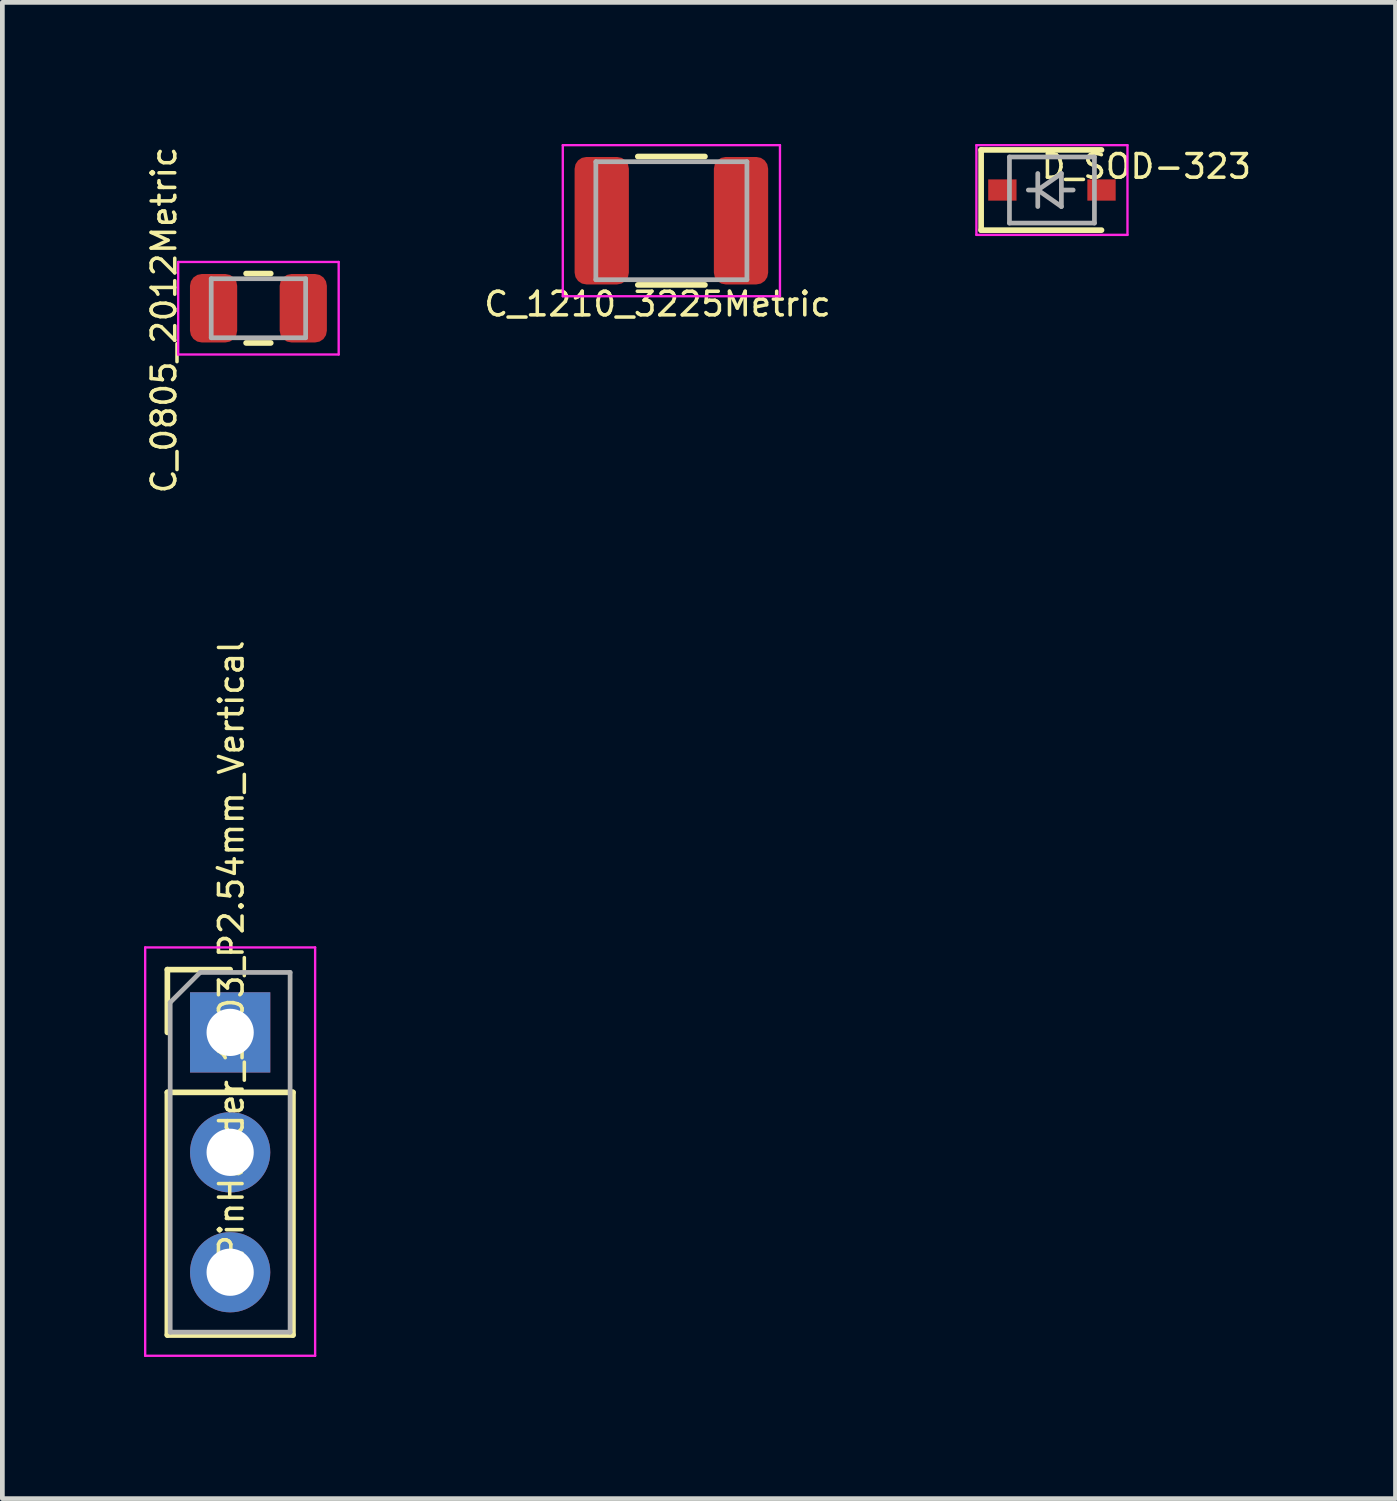
<source format=kicad_pcb>
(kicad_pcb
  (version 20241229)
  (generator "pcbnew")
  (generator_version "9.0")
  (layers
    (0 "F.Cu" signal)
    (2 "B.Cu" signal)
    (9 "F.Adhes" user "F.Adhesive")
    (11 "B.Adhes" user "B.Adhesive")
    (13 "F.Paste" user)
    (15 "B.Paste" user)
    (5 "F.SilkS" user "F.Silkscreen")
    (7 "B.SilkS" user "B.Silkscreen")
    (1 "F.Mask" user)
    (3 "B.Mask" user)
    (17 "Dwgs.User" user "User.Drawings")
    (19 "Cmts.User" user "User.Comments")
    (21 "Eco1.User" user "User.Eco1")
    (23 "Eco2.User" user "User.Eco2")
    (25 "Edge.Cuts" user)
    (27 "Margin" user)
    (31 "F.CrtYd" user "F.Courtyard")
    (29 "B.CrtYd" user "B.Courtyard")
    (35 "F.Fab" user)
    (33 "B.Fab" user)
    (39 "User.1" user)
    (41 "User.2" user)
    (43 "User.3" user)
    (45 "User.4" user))
  (footprint "C_1210_3225Metric"
    (layer "F.Cu")
    (at 11.171 1.625)
    (property "Reference" "C_1210_3225Metric" (at -0.293 1.766 180) (layer "F.SilkS") (effects (font (size 0.5 0.5) (thickness 0.075))))
    (attr smd)
    (fp_line (start -0.711 -1.36) (end 0.711 -1.36) (stroke (width 0.12) (type solid)) (layer "F.SilkS"))
    (fp_line (start -0.711 1.36) (end 0.711 1.36) (stroke (width 0.12) (type solid)) (layer "F.SilkS"))
    (fp_line (start -2.3 -1.6) (end 2.3 -1.6) (stroke (width 0.05) (type solid)) (layer "F.CrtYd"))
    (fp_line (start -2.3 1.6) (end -2.3 -1.6) (stroke (width 0.05) (type solid)) (layer "F.CrtYd"))
    (fp_line (start 2.3 -1.6) (end 2.3 1.6) (stroke (width 0.05) (type solid)) (layer "F.CrtYd"))
    (fp_line (start 2.3 1.6) (end -2.3 1.6) (stroke (width 0.05) (type solid)) (layer "F.CrtYd"))
    (fp_line (start -1.6 -1.25) (end 1.6 -1.25) (stroke (width 0.1) (type solid)) (layer "F.Fab"))
    (fp_line (start -1.6 1.25) (end -1.6 -1.25) (stroke (width 0.1) (type solid)) (layer "F.Fab"))
    (fp_line (start 1.6 -1.25) (end 1.6 1.25) (stroke (width 0.1) (type solid)) (layer "F.Fab"))
    (fp_line (start 1.6 1.25) (end -1.6 1.25) (stroke (width 0.1) (type solid)) (layer "F.Fab"))
    (pad "1" smd roundrect (at -1.475 0) (size 1.15 2.7) (layers "F.Cu" "F.Mask" "F.Paste") (roundrect_rratio 0.217))
    (pad "2" smd roundrect (at 1.475 0) (size 1.15 2.7) (layers "F.Cu" "F.Mask" "F.Paste") (roundrect_rratio 0.217)))
  (footprint "PinHeader_1x03_P2.54mm_Vertical"
    (layer "F.Cu")
    (at 1.825 18.818)
    (property "Reference" "PinHeader_1x03_P2.54mm_Vertical" (at 0.025 -1.75 90) (layer "F.SilkS") (effects (font (size 0.5 0.5) (thickness 0.075))))
    (attr through_hole)
    (fp_line (start -1.33 -1.33) (end 0 -1.33) (stroke (width 0.12) (type solid)) (layer "F.SilkS"))
    (fp_line (start -1.33 0) (end -1.33 -1.33) (stroke (width 0.12) (type solid)) (layer "F.SilkS"))
    (fp_line (start -1.33 1.27) (end -1.33 6.41) (stroke (width 0.12) (type solid)) (layer "F.SilkS"))
    (fp_line (start -1.33 1.27) (end 1.33 1.27) (stroke (width 0.12) (type solid)) (layer "F.SilkS"))
    (fp_line (start -1.33 6.41) (end 1.33 6.41) (stroke (width 0.12) (type solid)) (layer "F.SilkS"))
    (fp_line (start 1.33 1.27) (end 1.33 6.41) (stroke (width 0.12) (type solid)) (layer "F.SilkS"))
    (fp_line (start -1.8 -1.8) (end -1.8 6.85) (stroke (width 0.05) (type solid)) (layer "F.CrtYd"))
    (fp_line (start -1.8 6.85) (end 1.8 6.85) (stroke (width 0.05) (type solid)) (layer "F.CrtYd"))
    (fp_line (start 1.8 -1.8) (end -1.8 -1.8) (stroke (width 0.05) (type solid)) (layer "F.CrtYd"))
    (fp_line (start 1.8 6.85) (end 1.8 -1.8) (stroke (width 0.05) (type solid)) (layer "F.CrtYd"))
    (fp_line (start -1.27 -0.635) (end -0.635 -1.27) (stroke (width 0.1) (type solid)) (layer "F.Fab"))
    (fp_line (start -1.27 6.35) (end -1.27 -0.635) (stroke (width 0.1) (type solid)) (layer "F.Fab"))
    (fp_line (start -0.635 -1.27) (end 1.27 -1.27) (stroke (width 0.1) (type solid)) (layer "F.Fab"))
    (fp_line (start 1.27 -1.27) (end 1.27 6.35) (stroke (width 0.1) (type solid)) (layer "F.Fab"))
    (fp_line (start 1.27 6.35) (end -1.27 6.35) (stroke (width 0.1) (type solid)) (layer "F.Fab"))
    (pad "1" thru_hole rect (at 0 0) (size 1.7 1.7) (drill 1) (layers "*.Cu" "*.Mask"))
    (pad "2" thru_hole oval (at 0 2.54) (size 1.7 1.7) (drill 1) (layers "*.Cu" "*.Mask"))
    (pad "3" thru_hole oval (at 0 5.08) (size 1.7 1.7) (drill 1) (layers "*.Cu" "*.Mask")))
  (footprint "D_SOD-323"
    (layer "F.Cu")
    (at 19.232 0.975)
    (property "Reference" "D_SOD-323" (at 2 -0.5 0) (layer "F.SilkS") (effects (font (size 0.5 0.5) (thickness 0.075))))
    (attr smd)
    (fp_line (start -1.5 -0.85) (end -1.5 0.85) (stroke (width 0.12) (type solid)) (layer "F.SilkS"))
    (fp_line (start -1.5 -0.85) (end 1.05 -0.85) (stroke (width 0.12) (type solid)) (layer "F.SilkS"))
    (fp_line (start -1.5 0.85) (end 1.05 0.85) (stroke (width 0.12) (type solid)) (layer "F.SilkS"))
    (fp_line (start -1.6 -0.95) (end -1.6 0.95) (stroke (width 0.05) (type solid)) (layer "F.CrtYd"))
    (fp_line (start -1.6 -0.95) (end 1.6 -0.95) (stroke (width 0.05) (type solid)) (layer "F.CrtYd"))
    (fp_line (start -1.6 0.95) (end 1.6 0.95) (stroke (width 0.05) (type solid)) (layer "F.CrtYd"))
    (fp_line (start 1.6 -0.95) (end 1.6 0.95) (stroke (width 0.05) (type solid)) (layer "F.CrtYd"))
    (fp_line (start -0.9 -0.7) (end 0.9 -0.7) (stroke (width 0.1) (type solid)) (layer "F.Fab"))
    (fp_line (start -0.9 0.7) (end -0.9 -0.7) (stroke (width 0.1) (type solid)) (layer "F.Fab"))
    (fp_line (start -0.3 -0.35) (end -0.3 0.35) (stroke (width 0.1) (type solid)) (layer "F.Fab"))
    (fp_line (start -0.3 0) (end -0.5 0) (stroke (width 0.1) (type solid)) (layer "F.Fab"))
    (fp_line (start -0.3 0) (end 0.2 -0.35) (stroke (width 0.1) (type solid)) (layer "F.Fab"))
    (fp_line (start 0.2 -0.35) (end 0.2 0.35) (stroke (width 0.1) (type solid)) (layer "F.Fab"))
    (fp_line (start 0.2 0) (end 0.45 0) (stroke (width 0.1) (type solid)) (layer "F.Fab"))
    (fp_line (start 0.2 0.35) (end -0.3 0) (stroke (width 0.1) (type solid)) (layer "F.Fab"))
    (fp_line (start 0.9 -0.7) (end 0.9 0.7) (stroke (width 0.1) (type solid)) (layer "F.Fab"))
    (fp_line (start 0.9 0.7) (end -0.9 0.7) (stroke (width 0.1) (type solid)) (layer "F.Fab"))
    (pad "1" smd rect (at -1.05 0) (size 0.6 0.45) (layers "F.Cu" "F.Mask" "F.Paste"))
    (pad "2" smd rect (at 1.05 0) (size 0.6 0.45) (layers "F.Cu" "F.Mask" "F.Paste")))
  (footprint "C_0805_2012Metric"
    (layer "F.Cu")
    (at 2.424 3.479)
    (property "Reference" "C_0805_2012Metric" (at -2 0.25 90) (layer "F.SilkS") (effects (font (size 0.5 0.5) (thickness 0.075))))
    (attr smd)
    (fp_line (start -0.261 -0.735) (end 0.261 -0.735) (stroke (width 0.12) (type solid)) (layer "F.SilkS"))
    (fp_line (start -0.261 0.735) (end 0.261 0.735) (stroke (width 0.12) (type solid)) (layer "F.SilkS"))
    (fp_line (start -1.7 -0.98) (end 1.7 -0.98) (stroke (width 0.05) (type solid)) (layer "F.CrtYd"))
    (fp_line (start -1.7 0.98) (end -1.7 -0.98) (stroke (width 0.05) (type solid)) (layer "F.CrtYd"))
    (fp_line (start 1.7 -0.98) (end 1.7 0.98) (stroke (width 0.05) (type solid)) (layer "F.CrtYd"))
    (fp_line (start 1.7 0.98) (end -1.7 0.98) (stroke (width 0.05) (type solid)) (layer "F.CrtYd"))
    (fp_line (start -1 -0.625) (end 1 -0.625) (stroke (width 0.1) (type solid)) (layer "F.Fab"))
    (fp_line (start -1 0.625) (end -1 -0.625) (stroke (width 0.1) (type solid)) (layer "F.Fab"))
    (fp_line (start 1 -0.625) (end 1 0.625) (stroke (width 0.1) (type solid)) (layer "F.Fab"))
    (fp_line (start 1 0.625) (end -1 0.625) (stroke (width 0.1) (type solid)) (layer "F.Fab"))
    (pad "1" smd roundrect (at -0.95 0) (size 1 1.45) (layers "F.Cu" "F.Mask" "F.Paste") (roundrect_rratio 0.25))
    (pad "2" smd roundrect (at 0.95 0) (size 1 1.45) (layers "F.Cu" "F.Mask" "F.Paste") (roundrect_rratio 0.25)))
  (gr_rect
    (start -3 -3)
    (end 26.509 28.693)
    (stroke (width 0.1) (type default))
    (fill no)
    (layer "Edge.Cuts")))
</source>
